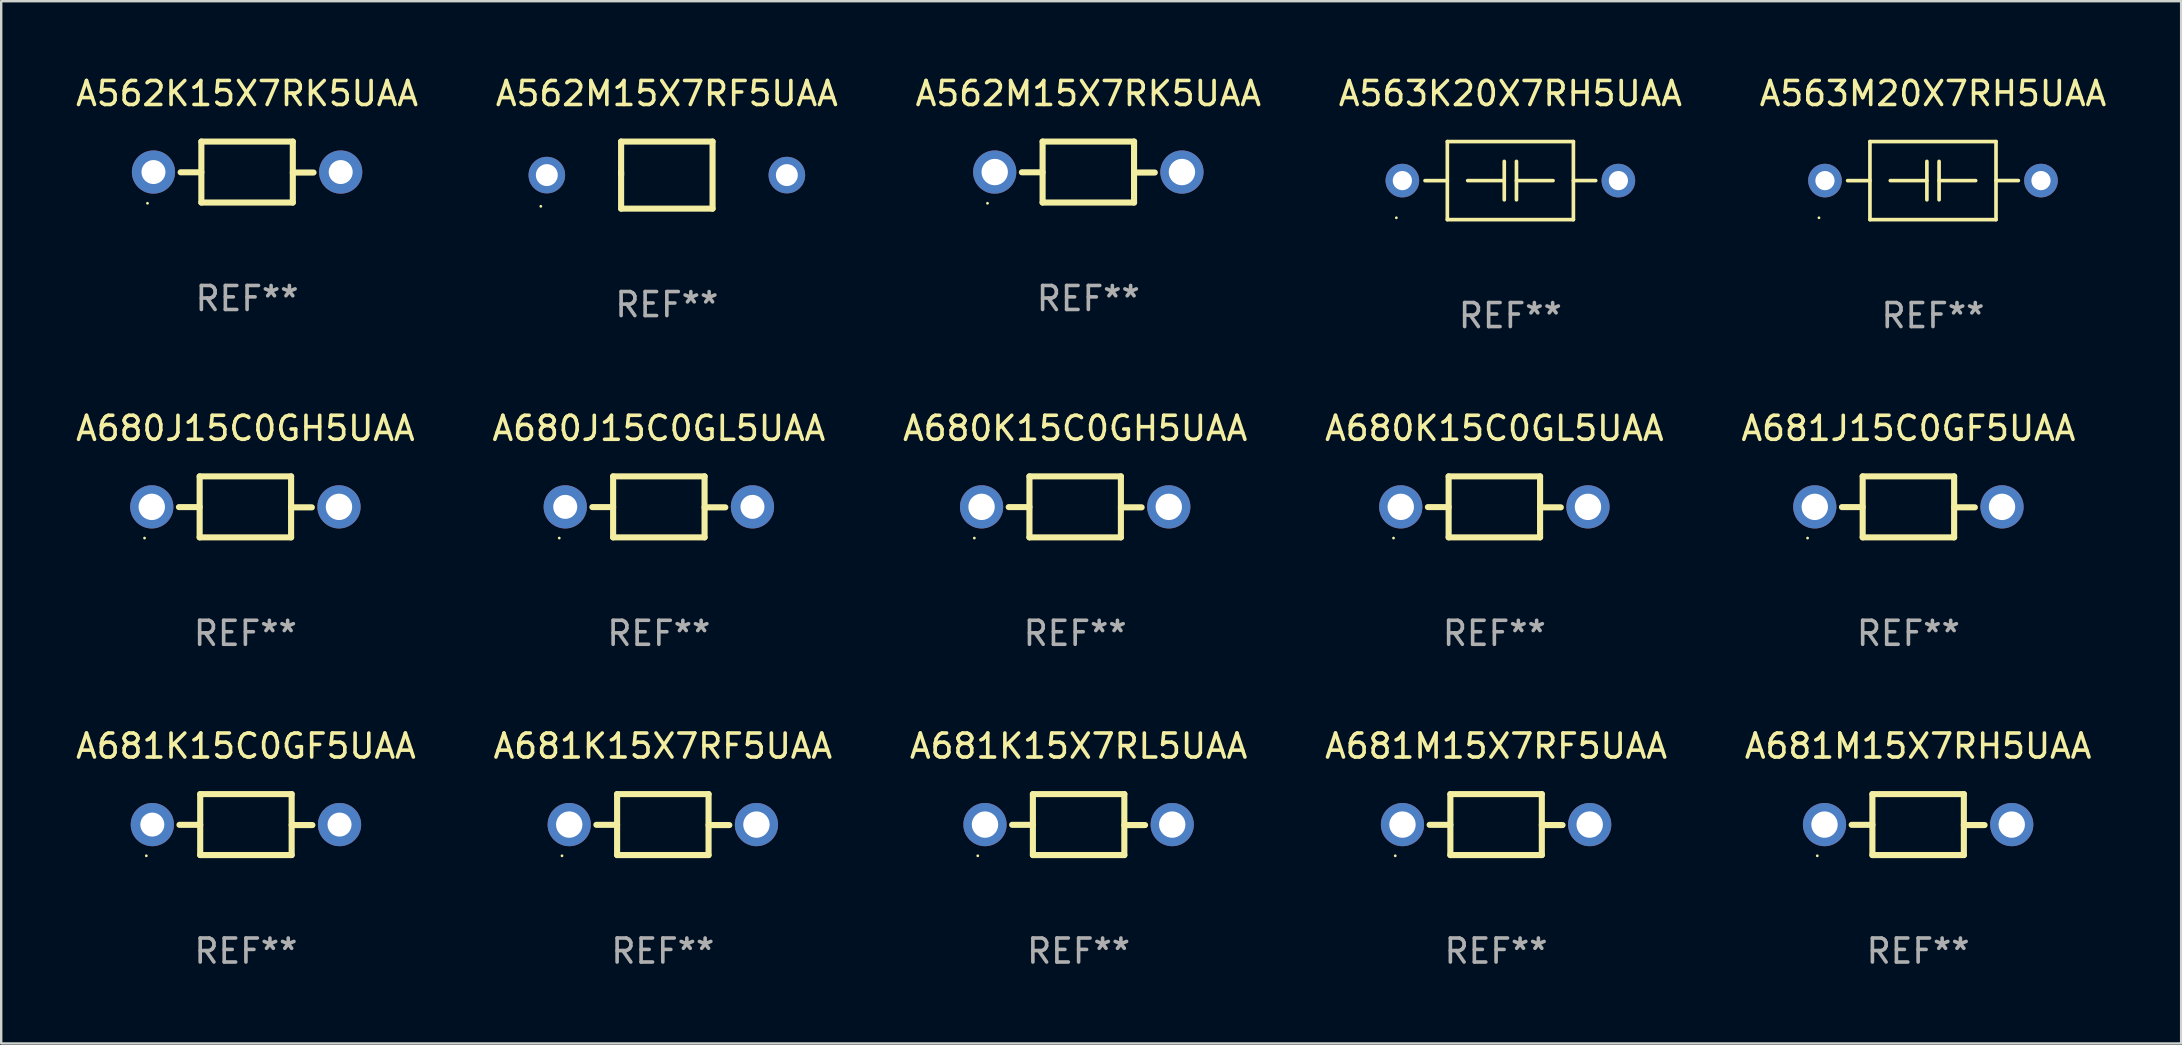
<source format=kicad_pcb>
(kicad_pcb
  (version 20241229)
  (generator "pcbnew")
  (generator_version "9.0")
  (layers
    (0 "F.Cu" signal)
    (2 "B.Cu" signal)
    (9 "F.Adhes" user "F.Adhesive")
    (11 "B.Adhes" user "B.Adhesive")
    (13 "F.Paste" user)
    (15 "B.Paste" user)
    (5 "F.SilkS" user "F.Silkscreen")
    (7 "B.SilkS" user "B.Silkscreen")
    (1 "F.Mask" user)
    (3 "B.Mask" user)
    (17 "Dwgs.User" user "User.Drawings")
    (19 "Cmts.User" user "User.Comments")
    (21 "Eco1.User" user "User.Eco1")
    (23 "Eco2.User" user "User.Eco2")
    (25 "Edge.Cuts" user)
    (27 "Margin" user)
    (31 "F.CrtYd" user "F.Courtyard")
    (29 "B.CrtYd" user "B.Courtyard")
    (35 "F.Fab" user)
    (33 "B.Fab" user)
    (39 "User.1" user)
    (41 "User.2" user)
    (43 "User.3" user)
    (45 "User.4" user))
  (footprint "A681J15C0GF5UAA"
    (layer "F.Cu")
    (at 76.458 18.067)
    (property "Reference" "A681J15C0GF5UAA" (at 0 -3.27 0) (layer "F.SilkS") (effects (font (size 1 1) (thickness 0.15))))
    (attr through_hole)
    (fp_line (start -1.905 -1.27) (end -1.905 1.27) (stroke (width 0.254) (type solid)) (layer "F.SilkS"))
    (fp_line (start -1.905 0.01) (end -2.769 0.01) (stroke (width 0.254) (type solid)) (layer "F.SilkS"))
    (fp_line (start -1.905 1.27) (end 1.905 1.27) (stroke (width 0.254) (type solid)) (layer "F.SilkS"))
    (fp_line (start 1.905 -1.27) (end -1.905 -1.27) (stroke (width 0.254) (type solid)) (layer "F.SilkS"))
    (fp_line (start 1.905 0.02) (end 2.769 0.02) (stroke (width 0.254) (type solid)) (layer "F.SilkS"))
    (fp_line (start 1.905 1.27) (end 1.905 -1.27) (stroke (width 0.254) (type solid)) (layer "F.SilkS"))
    (fp_circle (center -4.201 1.3) (end -4.171 1.3) (stroke (width 0.06) (type solid)) (fill no) (layer "F.SilkS"))
    (fp_text user "REF**" (at 0 5.27 0) (layer "F.Fab") (effects (font (size 1 1) (thickness 0.15))))
    (pad "1" thru_hole circle (at -3.9 0) (size 1.8 1.8) (drill 1.1) (layers "*.Cu" "*.Mask"))
    (pad "2" thru_hole circle (at 3.9 0) (size 1.8 1.8) (drill 1.1) (layers "*.Cu" "*.Mask")))
  (footprint "A563K20X7RH5UAA"
    (layer "F.Cu")
    (at 59.875 4.474)
    (property "Reference" "A563K20X7RH5UAA" (at 0 -3.626 0) (layer "F.SilkS") (effects (font (size 1 1) (thickness 0.15))))
    (attr through_hole)
    (fp_line (start -2.626 -1.626) (end 2.626 -1.626) (stroke (width 0.152) (type solid)) (layer "F.SilkS"))
    (fp_line (start -2.626 1.626) (end -2.626 -1.626) (stroke (width 0.152) (type solid)) (layer "F.SilkS"))
    (fp_line (start -2.626 0.001) (end -3.556 0.001) (stroke (width 0.152) (type solid)) (layer "F.SilkS"))
    (fp_line (start -0.254 -0.8) (end -0.254 0.8) (stroke (width 0.152) (type solid)) (layer "F.SilkS"))
    (fp_line (start -0.254 -0.000013) (end -1.778 -0.000013) (stroke (width 0.152) (type solid)) (layer "F.SilkS"))
    (fp_line (start 0.254 -0.000013) (end 1.778 -0.000013) (stroke (width 0.152) (type solid)) (layer "F.SilkS"))
    (fp_line (start 0.254 0.8) (end 0.254 -0.8) (stroke (width 0.152) (type solid)) (layer "F.SilkS"))
    (fp_line (start 2.626 -1.626) (end 2.626 1.626) (stroke (width 0.152) (type solid)) (layer "F.SilkS"))
    (fp_line (start 2.626 -0.001) (end 3.556 -0.001) (stroke (width 0.152) (type solid)) (layer "F.SilkS"))
    (fp_line (start 2.626 1.626) (end -2.626 1.626) (stroke (width 0.152) (type solid)) (layer "F.SilkS"))
    (fp_circle (center -4.75 1.55) (end -4.72 1.55) (stroke (width 0.06) (type solid)) (fill no) (layer "F.SilkS"))
    (fp_text user "REF**" (at 0 5.626 0) (layer "F.Fab") (effects (font (size 1 1) (thickness 0.15))))
    (pad "1" thru_hole circle (at -4.5 -0.000013) (size 1.4 1.4) (drill 0.8) (layers "*.Cu" "*.Mask"))
    (pad "2" thru_hole circle (at 4.5 -0.000013) (size 1.4 1.4) (drill 0.8) (layers "*.Cu" "*.Mask")))
  (footprint "A681M15X7RF5UAA"
    (layer "F.Cu")
    (at 59.28 31.304)
    (property "Reference" "A681M15X7RF5UAA" (at 0 -3.27 0) (layer "F.SilkS") (effects (font (size 1 1) (thickness 0.15))))
    (attr through_hole)
    (fp_line (start -1.905 -1.27) (end -1.905 1.27) (stroke (width 0.254) (type solid)) (layer "F.SilkS"))
    (fp_line (start -1.905 0.01) (end -2.769 0.01) (stroke (width 0.254) (type solid)) (layer "F.SilkS"))
    (fp_line (start -1.905 1.27) (end 1.905 1.27) (stroke (width 0.254) (type solid)) (layer "F.SilkS"))
    (fp_line (start 1.905 -1.27) (end -1.905 -1.27) (stroke (width 0.254) (type solid)) (layer "F.SilkS"))
    (fp_line (start 1.905 0.02) (end 2.769 0.02) (stroke (width 0.254) (type solid)) (layer "F.SilkS"))
    (fp_line (start 1.905 1.27) (end 1.905 -1.27) (stroke (width 0.254) (type solid)) (layer "F.SilkS"))
    (fp_circle (center -4.201 1.3) (end -4.171 1.3) (stroke (width 0.06) (type solid)) (fill no) (layer "F.SilkS"))
    (fp_text user "REF**" (at 0 5.27 0) (layer "F.Fab") (effects (font (size 1 1) (thickness 0.15))))
    (pad "1" thru_hole circle (at -3.9 0) (size 1.8 1.8) (drill 1.1) (layers "*.Cu" "*.Mask"))
    (pad "2" thru_hole circle (at 3.9 0) (size 1.8 1.8) (drill 1.1) (layers "*.Cu" "*.Mask")))
  (footprint "A680J15C0GL5UAA"
    (layer "F.Cu")
    (at 24.399 18.067)
    (property "Reference" "A680J15C0GL5UAA" (at 0 -3.27 0) (layer "F.SilkS") (effects (font (size 1 1) (thickness 0.15))))
    (attr through_hole)
    (fp_line (start -1.905 -1.27) (end -1.905 1.27) (stroke (width 0.254) (type solid)) (layer "F.SilkS"))
    (fp_line (start -1.905 0.01) (end -2.769 0.01) (stroke (width 0.254) (type solid)) (layer "F.SilkS"))
    (fp_line (start -1.905 1.27) (end 1.905 1.27) (stroke (width 0.254) (type solid)) (layer "F.SilkS"))
    (fp_line (start 1.905 -1.27) (end -1.905 -1.27) (stroke (width 0.254) (type solid)) (layer "F.SilkS"))
    (fp_line (start 1.905 0.02) (end 2.769 0.02) (stroke (width 0.254) (type solid)) (layer "F.SilkS"))
    (fp_line (start 1.905 1.27) (end 1.905 -1.27) (stroke (width 0.254) (type solid)) (layer "F.SilkS"))
    (fp_circle (center -4.15 1.3) (end -4.12 1.3) (stroke (width 0.06) (type solid)) (fill no) (layer "F.SilkS"))
    (fp_text user "REF**" (at 0 5.27 0) (layer "F.Fab") (effects (font (size 1 1) (thickness 0.15))))
    (pad "1" thru_hole circle (at -3.9 0) (size 1.8 1.8) (drill 1) (layers "*.Cu" "*.Mask"))
    (pad "2" thru_hole circle (at 3.9 0) (size 1.8 1.8) (drill 1) (layers "*.Cu" "*.Mask")))
  (footprint "A562M15X7RF5UAA"
    (layer "F.Cu")
    (at 24.732 4.245)
    (property "Reference" "A562M15X7RF5UAA" (at 0 -3.397 0) (layer "F.SilkS") (effects (font (size 1 1) (thickness 0.15))))
    (attr through_hole)
    (fp_line (start -1.905 -1.397) (end 1.905 -1.397) (stroke (width 0.254) (type solid)) (layer "F.SilkS"))
    (fp_line (start -1.905 0) (end -1.905 -1.397) (stroke (width 0.254) (type solid)) (layer "F.SilkS"))
    (fp_line (start -1.905 1.397) (end -1.905 -0.127) (stroke (width 0.254) (type solid)) (layer "F.SilkS"))
    (fp_line (start 1.905 -1.397) (end 1.905 1.397) (stroke (width 0.254) (type solid)) (layer "F.SilkS"))
    (fp_line (start 1.905 1.397) (end -1.905 1.397) (stroke (width 0.254) (type solid)) (layer "F.SilkS"))
    (fp_circle (center -5.25 1.3) (end -5.22 1.3) (stroke (width 0.06) (type solid)) (fill no) (layer "F.SilkS"))
    (fp_text user "REF**" (at 0 5.397 0) (layer "F.Fab") (effects (font (size 1 1) (thickness 0.15))))
    (pad "1" thru_hole circle (at -5 0) (size 1.524 1.524) (drill 0.914) (layers "*.Cu" "*.Mask"))
    (pad "2" thru_hole circle (at 5 0) (size 1.524 1.524) (drill 0.914) (layers "*.Cu" "*.Mask")))
  (footprint "A681M15X7RH5UAA"
    (layer "F.Cu")
    (at 76.863 31.304)
    (property "Reference" "A681M15X7RH5UAA" (at 0 -3.27 0) (layer "F.SilkS") (effects (font (size 1 1) (thickness 0.15))))
    (attr through_hole)
    (fp_line (start -1.905 -1.27) (end -1.905 1.27) (stroke (width 0.254) (type solid)) (layer "F.SilkS"))
    (fp_line (start -1.905 0.01) (end -2.769 0.01) (stroke (width 0.254) (type solid)) (layer "F.SilkS"))
    (fp_line (start -1.905 1.27) (end 1.905 1.27) (stroke (width 0.254) (type solid)) (layer "F.SilkS"))
    (fp_line (start 1.905 -1.27) (end -1.905 -1.27) (stroke (width 0.254) (type solid)) (layer "F.SilkS"))
    (fp_line (start 1.905 0.02) (end 2.769 0.02) (stroke (width 0.254) (type solid)) (layer "F.SilkS"))
    (fp_line (start 1.905 1.27) (end 1.905 -1.27) (stroke (width 0.254) (type solid)) (layer "F.SilkS"))
    (fp_circle (center -4.201 1.3) (end -4.171 1.3) (stroke (width 0.06) (type solid)) (fill no) (layer "F.SilkS"))
    (fp_text user "REF**" (at 0 5.27 0) (layer "F.Fab") (effects (font (size 1 1) (thickness 0.15))))
    (pad "1" thru_hole circle (at -3.9 0) (size 1.8 1.8) (drill 1.1) (layers "*.Cu" "*.Mask"))
    (pad "2" thru_hole circle (at 3.9 0) (size 1.8 1.8) (drill 1.1) (layers "*.Cu" "*.Mask")))
  (footprint "A680K15C0GL5UAA"
    (layer "F.Cu")
    (at 59.208 18.067)
    (property "Reference" "A680K15C0GL5UAA" (at 0 -3.27 0) (layer "F.SilkS") (effects (font (size 1 1) (thickness 0.15))))
    (attr through_hole)
    (fp_line (start -1.905 -1.27) (end -1.905 1.27) (stroke (width 0.254) (type solid)) (layer "F.SilkS"))
    (fp_line (start -1.905 0.01) (end -2.769 0.01) (stroke (width 0.254) (type solid)) (layer "F.SilkS"))
    (fp_line (start -1.905 1.27) (end 1.905 1.27) (stroke (width 0.254) (type solid)) (layer "F.SilkS"))
    (fp_line (start 1.905 -1.27) (end -1.905 -1.27) (stroke (width 0.254) (type solid)) (layer "F.SilkS"))
    (fp_line (start 1.905 0.02) (end 2.769 0.02) (stroke (width 0.254) (type solid)) (layer "F.SilkS"))
    (fp_line (start 1.905 1.27) (end 1.905 -1.27) (stroke (width 0.254) (type solid)) (layer "F.SilkS"))
    (fp_circle (center -4.201 1.3) (end -4.171 1.3) (stroke (width 0.06) (type solid)) (fill no) (layer "F.SilkS"))
    (fp_text user "REF**" (at 0 5.27 0) (layer "F.Fab") (effects (font (size 1 1) (thickness 0.15))))
    (pad "1" thru_hole circle (at -3.9 0) (size 1.8 1.8) (drill 1.1) (layers "*.Cu" "*.Mask"))
    (pad "2" thru_hole circle (at 3.9 0) (size 1.8 1.8) (drill 1.1) (layers "*.Cu" "*.Mask")))
  (footprint "A562M15X7RK5UAA"
    (layer "F.Cu")
    (at 42.292 4.118)
    (property "Reference" "A562M15X7RK5UAA" (at 0 -3.27 0) (layer "F.SilkS") (effects (font (size 1 1) (thickness 0.15))))
    (attr through_hole)
    (fp_line (start -1.905 -1.27) (end -1.905 1.27) (stroke (width 0.254) (type solid)) (layer "F.SilkS"))
    (fp_line (start -1.905 0.01) (end -2.769 0.01) (stroke (width 0.254) (type solid)) (layer "F.SilkS"))
    (fp_line (start -1.905 1.27) (end 1.905 1.27) (stroke (width 0.254) (type solid)) (layer "F.SilkS"))
    (fp_line (start 1.905 -1.27) (end -1.905 -1.27) (stroke (width 0.254) (type solid)) (layer "F.SilkS"))
    (fp_line (start 1.905 0.02) (end 2.769 0.02) (stroke (width 0.254) (type solid)) (layer "F.SilkS"))
    (fp_line (start 1.905 1.27) (end 1.905 -1.27) (stroke (width 0.254) (type solid)) (layer "F.SilkS"))
    (fp_circle (center -4.201 1.3) (end -4.171 1.3) (stroke (width 0.06) (type solid)) (fill no) (layer "F.SilkS"))
    (fp_text user "REF**" (at 0 5.27 0) (layer "F.Fab") (effects (font (size 1 1) (thickness 0.15))))
    (pad "1" thru_hole circle (at -3.9 0) (size 1.8 1.8) (drill 1.1) (layers "*.Cu" "*.Mask"))
    (pad "2" thru_hole circle (at 3.9 0) (size 1.8 1.8) (drill 1.1) (layers "*.Cu" "*.Mask")))
  (footprint "A562K15X7RK5UAA"
    (layer "F.Cu")
    (at 7.244 4.118)
    (property "Reference" "A562K15X7RK5UAA" (at 0 -3.27 0) (layer "F.SilkS") (effects (font (size 1 1) (thickness 0.15))))
    (attr through_hole)
    (fp_line (start -1.905 -1.27) (end -1.905 1.27) (stroke (width 0.254) (type solid)) (layer "F.SilkS"))
    (fp_line (start -1.905 0.01) (end -2.769 0.01) (stroke (width 0.254) (type solid)) (layer "F.SilkS"))
    (fp_line (start -1.905 1.27) (end 1.905 1.27) (stroke (width 0.254) (type solid)) (layer "F.SilkS"))
    (fp_line (start 1.905 -1.27) (end -1.905 -1.27) (stroke (width 0.254) (type solid)) (layer "F.SilkS"))
    (fp_line (start 1.905 0.02) (end 2.769 0.02) (stroke (width 0.254) (type solid)) (layer "F.SilkS"))
    (fp_line (start 1.905 1.27) (end 1.905 -1.27) (stroke (width 0.254) (type solid)) (layer "F.SilkS"))
    (fp_circle (center -4.15 1.3) (end -4.12 1.3) (stroke (width 0.06) (type solid)) (fill no) (layer "F.SilkS"))
    (fp_text user "REF**" (at 0 5.27 0) (layer "F.Fab") (effects (font (size 1 1) (thickness 0.15))))
    (pad "1" thru_hole circle (at -3.9 0) (size 1.8 1.8) (drill 1) (layers "*.Cu" "*.Mask"))
    (pad "2" thru_hole circle (at 3.9 0) (size 1.8 1.8) (drill 1) (layers "*.Cu" "*.Mask")))
  (footprint "A680J15C0GH5UAA"
    (layer "F.Cu")
    (at 7.173 18.067)
    (property "Reference" "A680J15C0GH5UAA" (at 0 -3.27 0) (layer "F.SilkS") (effects (font (size 1 1) (thickness 0.15))))
    (attr through_hole)
    (fp_line (start -1.905 -1.27) (end -1.905 1.27) (stroke (width 0.254) (type solid)) (layer "F.SilkS"))
    (fp_line (start -1.905 0.01) (end -2.769 0.01) (stroke (width 0.254) (type solid)) (layer "F.SilkS"))
    (fp_line (start -1.905 1.27) (end 1.905 1.27) (stroke (width 0.254) (type solid)) (layer "F.SilkS"))
    (fp_line (start 1.905 -1.27) (end -1.905 -1.27) (stroke (width 0.254) (type solid)) (layer "F.SilkS"))
    (fp_line (start 1.905 0.02) (end 2.769 0.02) (stroke (width 0.254) (type solid)) (layer "F.SilkS"))
    (fp_line (start 1.905 1.27) (end 1.905 -1.27) (stroke (width 0.254) (type solid)) (layer "F.SilkS"))
    (fp_circle (center -4.201 1.3) (end -4.171 1.3) (stroke (width 0.06) (type solid)) (fill no) (layer "F.SilkS"))
    (fp_text user "REF**" (at 0 5.27 0) (layer "F.Fab") (effects (font (size 1 1) (thickness 0.15))))
    (pad "1" thru_hole circle (at -3.9 0) (size 1.8 1.8) (drill 1.1) (layers "*.Cu" "*.Mask"))
    (pad "2" thru_hole circle (at 3.9 0) (size 1.8 1.8) (drill 1.1) (layers "*.Cu" "*.Mask")))
  (footprint "A680K15C0GH5UAA"
    (layer "F.Cu")
    (at 41.744 18.067)
    (property "Reference" "A680K15C0GH5UAA" (at 0 -3.27 0) (layer "F.SilkS") (effects (font (size 1 1) (thickness 0.15))))
    (attr through_hole)
    (fp_line (start -1.905 -1.27) (end -1.905 1.27) (stroke (width 0.254) (type solid)) (layer "F.SilkS"))
    (fp_line (start -1.905 0.01) (end -2.769 0.01) (stroke (width 0.254) (type solid)) (layer "F.SilkS"))
    (fp_line (start -1.905 1.27) (end 1.905 1.27) (stroke (width 0.254) (type solid)) (layer "F.SilkS"))
    (fp_line (start 1.905 -1.27) (end -1.905 -1.27) (stroke (width 0.254) (type solid)) (layer "F.SilkS"))
    (fp_line (start 1.905 0.02) (end 2.769 0.02) (stroke (width 0.254) (type solid)) (layer "F.SilkS"))
    (fp_line (start 1.905 1.27) (end 1.905 -1.27) (stroke (width 0.254) (type solid)) (layer "F.SilkS"))
    (fp_circle (center -4.201 1.3) (end -4.171 1.3) (stroke (width 0.06) (type solid)) (fill no) (layer "F.SilkS"))
    (fp_text user "REF**" (at 0 5.27 0) (layer "F.Fab") (effects (font (size 1 1) (thickness 0.15))))
    (pad "1" thru_hole circle (at -3.9 0) (size 1.8 1.8) (drill 1.1) (layers "*.Cu" "*.Mask"))
    (pad "2" thru_hole circle (at 3.9 0) (size 1.8 1.8) (drill 1.1) (layers "*.Cu" "*.Mask")))
  (footprint "A563M20X7RH5UAA"
    (layer "F.Cu")
    (at 77.482 4.474)
    (property "Reference" "A563M20X7RH5UAA" (at 0 -3.626 0) (layer "F.SilkS") (effects (font (size 1 1) (thickness 0.15))))
    (attr through_hole)
    (fp_line (start -2.626 -1.626) (end 2.626 -1.626) (stroke (width 0.152) (type solid)) (layer "F.SilkS"))
    (fp_line (start -2.626 1.626) (end -2.626 -1.626) (stroke (width 0.152) (type solid)) (layer "F.SilkS"))
    (fp_line (start -2.626 0.001) (end -3.556 0.001) (stroke (width 0.152) (type solid)) (layer "F.SilkS"))
    (fp_line (start -0.254 -0.8) (end -0.254 0.8) (stroke (width 0.152) (type solid)) (layer "F.SilkS"))
    (fp_line (start -0.254 -0.000013) (end -1.778 -0.000013) (stroke (width 0.152) (type solid)) (layer "F.SilkS"))
    (fp_line (start 0.254 -0.000013) (end 1.778 -0.000013) (stroke (width 0.152) (type solid)) (layer "F.SilkS"))
    (fp_line (start 0.254 0.8) (end 0.254 -0.8) (stroke (width 0.152) (type solid)) (layer "F.SilkS"))
    (fp_line (start 2.626 -1.626) (end 2.626 1.626) (stroke (width 0.152) (type solid)) (layer "F.SilkS"))
    (fp_line (start 2.626 -0.001) (end 3.556 -0.001) (stroke (width 0.152) (type solid)) (layer "F.SilkS"))
    (fp_line (start 2.626 1.626) (end -2.626 1.626) (stroke (width 0.152) (type solid)) (layer "F.SilkS"))
    (fp_circle (center -4.75 1.55) (end -4.72 1.55) (stroke (width 0.06) (type solid)) (fill no) (layer "F.SilkS"))
    (fp_text user "REF**" (at 0 5.626 0) (layer "F.Fab") (effects (font (size 1 1) (thickness 0.15))))
    (pad "1" thru_hole circle (at -4.5 -0.000013) (size 1.4 1.4) (drill 0.8) (layers "*.Cu" "*.Mask"))
    (pad "2" thru_hole circle (at 4.5 -0.000013) (size 1.4 1.4) (drill 0.8) (layers "*.Cu" "*.Mask")))
  (footprint "A681K15C0GF5UAA"
    (layer "F.Cu")
    (at 7.196 31.304)
    (property "Reference" "A681K15C0GF5UAA" (at 0 -3.27 0) (layer "F.SilkS") (effects (font (size 1 1) (thickness 0.15))))
    (attr through_hole)
    (fp_line (start -1.905 -1.27) (end -1.905 1.27) (stroke (width 0.254) (type solid)) (layer "F.SilkS"))
    (fp_line (start -1.905 0.01) (end -2.769 0.01) (stroke (width 0.254) (type solid)) (layer "F.SilkS"))
    (fp_line (start -1.905 1.27) (end 1.905 1.27) (stroke (width 0.254) (type solid)) (layer "F.SilkS"))
    (fp_line (start 1.905 -1.27) (end -1.905 -1.27) (stroke (width 0.254) (type solid)) (layer "F.SilkS"))
    (fp_line (start 1.905 0.02) (end 2.769 0.02) (stroke (width 0.254) (type solid)) (layer "F.SilkS"))
    (fp_line (start 1.905 1.27) (end 1.905 -1.27) (stroke (width 0.254) (type solid)) (layer "F.SilkS"))
    (fp_circle (center -4.15 1.3) (end -4.12 1.3) (stroke (width 0.06) (type solid)) (fill no) (layer "F.SilkS"))
    (fp_text user "REF**" (at 0 5.27 0) (layer "F.Fab") (effects (font (size 1 1) (thickness 0.15))))
    (pad "1" thru_hole circle (at -3.9 0) (size 1.8 1.8) (drill 1) (layers "*.Cu" "*.Mask"))
    (pad "2" thru_hole circle (at 3.9 0) (size 1.8 1.8) (drill 1) (layers "*.Cu" "*.Mask")))
  (footprint "A681K15X7RL5UAA"
    (layer "F.Cu")
    (at 41.887 31.304)
    (property "Reference" "A681K15X7RL5UAA" (at 0 -3.27 0) (layer "F.SilkS") (effects (font (size 1 1) (thickness 0.15))))
    (attr through_hole)
    (fp_line (start -1.905 -1.27) (end -1.905 1.27) (stroke (width 0.254) (type solid)) (layer "F.SilkS"))
    (fp_line (start -1.905 0.01) (end -2.769 0.01) (stroke (width 0.254) (type solid)) (layer "F.SilkS"))
    (fp_line (start -1.905 1.27) (end 1.905 1.27) (stroke (width 0.254) (type solid)) (layer "F.SilkS"))
    (fp_line (start 1.905 -1.27) (end -1.905 -1.27) (stroke (width 0.254) (type solid)) (layer "F.SilkS"))
    (fp_line (start 1.905 0.02) (end 2.769 0.02) (stroke (width 0.254) (type solid)) (layer "F.SilkS"))
    (fp_line (start 1.905 1.27) (end 1.905 -1.27) (stroke (width 0.254) (type solid)) (layer "F.SilkS"))
    (fp_circle (center -4.201 1.3) (end -4.171 1.3) (stroke (width 0.06) (type solid)) (fill no) (layer "F.SilkS"))
    (fp_text user "REF**" (at 0 5.27 0) (layer "F.Fab") (effects (font (size 1 1) (thickness 0.15))))
    (pad "1" thru_hole circle (at -3.9 0) (size 1.8 1.8) (drill 1.1) (layers "*.Cu" "*.Mask"))
    (pad "2" thru_hole circle (at 3.9 0) (size 1.8 1.8) (drill 1.1) (layers "*.Cu" "*.Mask")))
  (footprint "A681K15X7RF5UAA"
    (layer "F.Cu")
    (at 24.565 31.304)
    (property "Reference" "A681K15X7RF5UAA" (at 0 -3.27 0) (layer "F.SilkS") (effects (font (size 1 1) (thickness 0.15))))
    (attr through_hole)
    (fp_line (start -1.905 -1.27) (end -1.905 1.27) (stroke (width 0.254) (type solid)) (layer "F.SilkS"))
    (fp_line (start -1.905 0.01) (end -2.769 0.01) (stroke (width 0.254) (type solid)) (layer "F.SilkS"))
    (fp_line (start -1.905 1.27) (end 1.905 1.27) (stroke (width 0.254) (type solid)) (layer "F.SilkS"))
    (fp_line (start 1.905 -1.27) (end -1.905 -1.27) (stroke (width 0.254) (type solid)) (layer "F.SilkS"))
    (fp_line (start 1.905 0.02) (end 2.769 0.02) (stroke (width 0.254) (type solid)) (layer "F.SilkS"))
    (fp_line (start 1.905 1.27) (end 1.905 -1.27) (stroke (width 0.254) (type solid)) (layer "F.SilkS"))
    (fp_circle (center -4.201 1.3) (end -4.171 1.3) (stroke (width 0.06) (type solid)) (fill no) (layer "F.SilkS"))
    (fp_text user "REF**" (at 0 5.27 0) (layer "F.Fab") (effects (font (size 1 1) (thickness 0.15))))
    (pad "1" thru_hole circle (at -3.9 0) (size 1.8 1.8) (drill 1.1) (layers "*.Cu" "*.Mask"))
    (pad "2" thru_hole circle (at 3.9 0) (size 1.8 1.8) (drill 1.1) (layers "*.Cu" "*.Mask")))
  (gr_rect
    (start -3 -3)
    (end 87.821 40.422)
    (stroke (width 0.1) (type default))
    (fill no)
    (layer "Edge.Cuts")))
</source>
